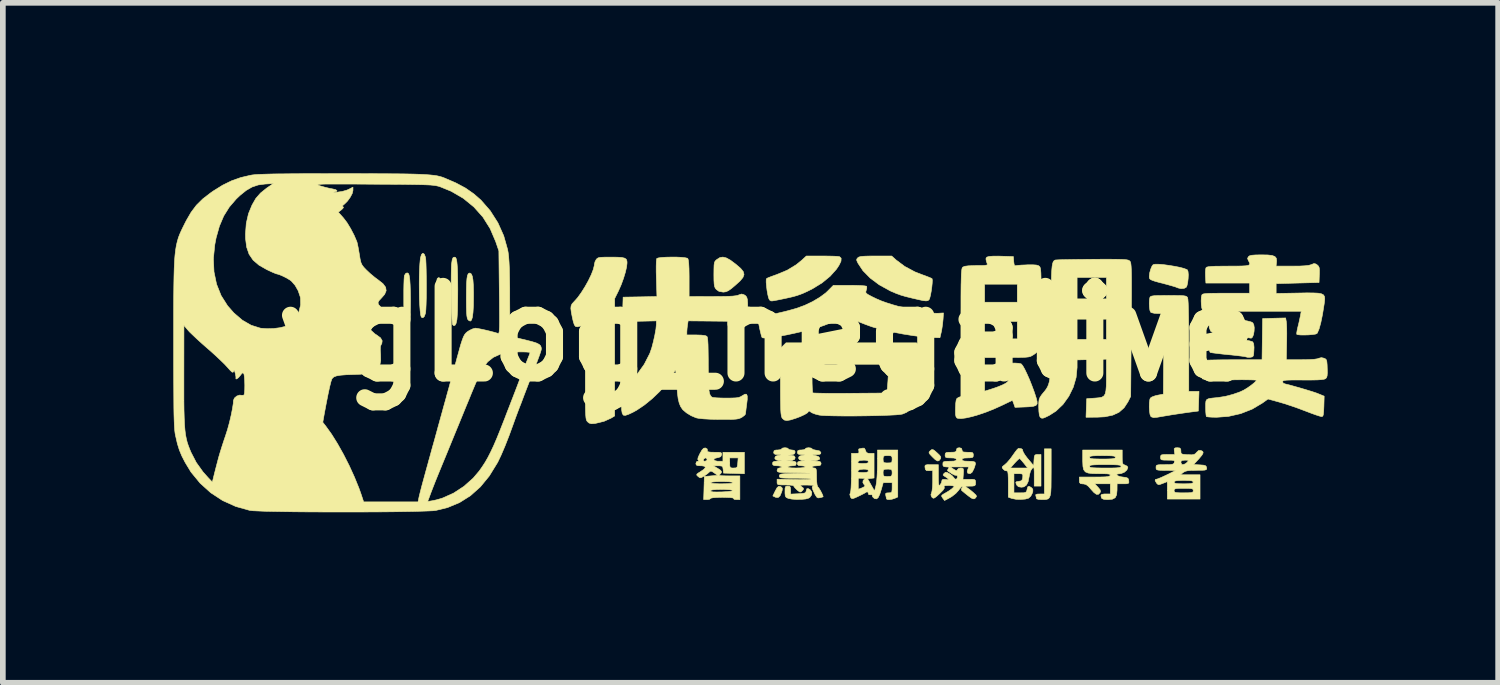
<source format=kicad_pcb>
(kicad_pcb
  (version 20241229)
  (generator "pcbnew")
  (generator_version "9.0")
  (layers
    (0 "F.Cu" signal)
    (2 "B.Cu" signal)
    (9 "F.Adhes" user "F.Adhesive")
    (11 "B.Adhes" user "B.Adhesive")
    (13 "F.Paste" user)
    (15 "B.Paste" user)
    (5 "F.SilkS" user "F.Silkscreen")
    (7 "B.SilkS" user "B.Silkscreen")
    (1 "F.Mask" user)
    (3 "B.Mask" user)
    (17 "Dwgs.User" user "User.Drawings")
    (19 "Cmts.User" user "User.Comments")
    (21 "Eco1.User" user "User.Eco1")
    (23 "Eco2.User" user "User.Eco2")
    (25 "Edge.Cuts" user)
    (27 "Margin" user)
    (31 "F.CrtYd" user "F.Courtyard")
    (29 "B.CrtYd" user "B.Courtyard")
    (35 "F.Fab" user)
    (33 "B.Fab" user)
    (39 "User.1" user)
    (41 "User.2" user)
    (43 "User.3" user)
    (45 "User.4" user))
  (footprint "ygLog_negative"
    (layer "F.Cu")
    (at 10.443 2.823)
    (property "Reference" "ygLog_negative" (at 0 0 0) (layer "F.SilkS") (effects (font (size 1.524 1.524) (thickness 0.3))))
    (attr through_hole)
    (fp_poly (pts (xy 0.236 2.686) (xy 0.255 2.697) (xy 0.271 2.716) (xy 0.269 2.751) (xy 0.259 2.784) (xy 0.231 2.85) (xy 0.198 2.88) (xy 0.156 2.877) (xy 0.146 2.873) (xy 0.104 2.853) (xy 0.146 2.766) (xy 0.178 2.708) (xy 0.206 2.683) (xy 0.236 2.686)) (stroke (width 0.01) (type solid)) (fill yes) (layer "F.SilkS"))
    (fp_poly (pts (xy 2.951 2.056) (xy 2.994 2.094) (xy 3.04 2.138) (xy 3.059 2.167) (xy 3.057 2.192) (xy 3.05 2.204) (xy 3.026 2.233) (xy 3 2.237) (xy 2.963 2.215) (xy 2.912 2.166) (xy 2.87 2.122) (xy 2.852 2.095) (xy 2.856 2.076) (xy 2.875 2.056) (xy 2.899 2.037) (xy 2.921 2.037) (xy 2.951 2.056)) (stroke (width 0.01) (type solid)) (fill yes) (layer "F.SilkS"))
    (fp_poly (pts (xy 5.001 2.439) (xy 5 2.589) (xy 4.999 2.703) (xy 4.994 2.788) (xy 4.984 2.846) (xy 4.968 2.884) (xy 4.945 2.905) (xy 4.912 2.914) (xy 4.868 2.917) (xy 4.84 2.917) (xy 4.784 2.914) (xy 4.749 2.905) (xy 4.743 2.899) (xy 4.736 2.866) (xy 4.731 2.849) (xy 4.73 2.829) (xy 4.754 2.82) (xy 4.8 2.818) (xy 4.882 2.818) (xy 4.882 2.024) (xy 5.001 2.024) (xy 5.001 2.439)) (stroke (width 0.01) (type solid)) (fill yes) (layer "F.SilkS"))
    (fp_poly (pts (xy -5.223 -1.068) (xy -5.201 -1.053) (xy -5.184 -1.014) (xy -5.172 -0.949) (xy -5.165 -0.854) (xy -5.162 -0.724) (xy -5.162 -0.655) (xy -5.164 -0.496) (xy -5.171 -0.376) (xy -5.182 -0.291) (xy -5.198 -0.241) (xy -5.22 -0.223) (xy -5.247 -0.236) (xy -5.261 -0.25) (xy -5.271 -0.273) (xy -5.279 -0.314) (xy -5.284 -0.378) (xy -5.287 -0.472) (xy -5.288 -0.599) (xy -5.288 -0.623) (xy -5.287 -0.773) (xy -5.284 -0.887) (xy -5.278 -0.969) (xy -5.269 -1.024) (xy -5.255 -1.056) (xy -5.237 -1.068) (xy -5.223 -1.068)) (stroke (width 0.01) (type solid)) (fill yes) (layer "F.SilkS"))
    (fp_poly (pts (xy -6.31 -1.064) (xy -6.296 -1.035) (xy -6.286 -0.977) (xy -6.283 -0.95) (xy -6.277 -0.859) (xy -6.273 -0.742) (xy -6.271 -0.609) (xy -6.272 -0.474) (xy -6.275 -0.347) (xy -6.28 -0.242) (xy -6.283 -0.202) (xy -6.297 -0.126) (xy -6.316 -0.08) (xy -6.338 -0.067) (xy -6.361 -0.091) (xy -6.37 -0.111) (xy -6.376 -0.145) (xy -6.381 -0.211) (xy -6.384 -0.302) (xy -6.387 -0.411) (xy -6.389 -0.529) (xy -6.389 -0.65) (xy -6.389 -0.766) (xy -6.387 -0.87) (xy -6.384 -0.954) (xy -6.38 -1.01) (xy -6.377 -1.027) (xy -6.355 -1.062) (xy -6.331 -1.072) (xy -6.31 -1.064)) (stroke (width 0.01) (type solid)) (fill yes) (layer "F.SilkS"))
    (fp_poly (pts (xy -6.028 -1.401) (xy -6.008 -1.349) (xy -6.002 -1.305) (xy -5.998 -1.229) (xy -5.995 -1.128) (xy -5.993 -1.011) (xy -5.992 -0.884) (xy -5.992 -0.755) (xy -5.993 -0.632) (xy -5.996 -0.523) (xy -6 -0.434) (xy -6.005 -0.374) (xy -6.008 -0.359) (xy -6.028 -0.305) (xy -6.053 -0.282) (xy -6.078 -0.292) (xy -6.082 -0.297) (xy -6.093 -0.335) (xy -6.101 -0.405) (xy -6.108 -0.501) (xy -6.114 -0.616) (xy -6.116 -0.743) (xy -6.117 -0.875) (xy -6.116 -1.006) (xy -6.112 -1.128) (xy -6.106 -1.235) (xy -6.098 -1.32) (xy -6.095 -1.339) (xy -6.077 -1.397) (xy -6.053 -1.418) (xy -6.028 -1.401)) (stroke (width 0.01) (type solid)) (fill yes) (layer "F.SilkS"))
    (fp_poly (pts (xy -0.716 -1.336) (xy -0.643 -1.296) (xy -0.552 -1.228) (xy -0.536 -1.215) (xy -0.46 -1.149) (xy -0.416 -1.094) (xy -0.403 -1.043) (xy -0.422 -0.991) (xy -0.474 -0.929) (xy -0.558 -0.853) (xy -0.628 -0.794) (xy -0.68 -0.758) (xy -0.722 -0.74) (xy -0.763 -0.734) (xy -0.771 -0.734) (xy -0.843 -0.747) (xy -0.89 -0.78) (xy -0.909 -0.804) (xy -0.921 -0.833) (xy -0.928 -0.875) (xy -0.932 -0.939) (xy -0.933 -1.033) (xy -0.933 -1.047) (xy -0.932 -1.143) (xy -0.93 -1.208) (xy -0.924 -1.25) (xy -0.913 -1.276) (xy -0.895 -1.296) (xy -0.88 -1.308) (xy -0.828 -1.341) (xy -0.775 -1.35) (xy -0.716 -1.336)) (stroke (width 0.01) (type solid)) (fill yes) (layer "F.SilkS"))
    (fp_poly (pts (xy 0.401 2.684) (xy 0.414 2.707) (xy 0.417 2.749) (xy 0.417 2.82) (xy 0.551 2.814) (xy 0.622 2.809) (xy 0.663 2.802) (xy 0.683 2.788) (xy 0.691 2.765) (xy 0.691 2.763) (xy 0.702 2.726) (xy 0.727 2.723) (xy 0.762 2.745) (xy 0.789 2.785) (xy 0.786 2.834) (xy 0.755 2.878) (xy 0.734 2.891) (xy 0.682 2.906) (xy 0.606 2.913) (xy 0.52 2.914) (xy 0.438 2.908) (xy 0.375 2.895) (xy 0.372 2.894) (xy 0.339 2.878) (xy 0.323 2.853) (xy 0.318 2.806) (xy 0.318 2.776) (xy 0.319 2.718) (xy 0.328 2.689) (xy 0.348 2.68) (xy 0.367 2.679) (xy 0.401 2.684)) (stroke (width 0.01) (type solid)) (fill yes) (layer "F.SilkS"))
    (fp_poly (pts (xy -5.75 -0.975) (xy -5.741 -0.955) (xy -5.734 -0.91) (xy -5.729 -0.837) (xy -5.724 -0.733) (xy -5.721 -0.596) (xy -5.719 -0.45) (xy -5.717 -0.267) (xy -5.716 -0.12) (xy -5.718 -0.005) (xy -5.722 0.082) (xy -5.728 0.144) (xy -5.738 0.184) (xy -5.75 0.208) (xy -5.766 0.217) (xy -5.774 0.218) (xy -5.792 0.213) (xy -5.805 0.194) (xy -5.814 0.152) (xy -5.822 0.08) (xy -5.825 0.048) (xy -5.83 -0.039) (xy -5.833 -0.146) (xy -5.834 -0.268) (xy -5.833 -0.397) (xy -5.831 -0.527) (xy -5.827 -0.652) (xy -5.822 -0.765) (xy -5.816 -0.861) (xy -5.809 -0.931) (xy -5.801 -0.971) (xy -5.798 -0.976) (xy -5.772 -0.99) (xy -5.75 -0.975)) (stroke (width 0.01) (type solid)) (fill yes) (layer "F.SilkS"))
    (fp_poly (pts (xy 7.923 0.06) (xy 8.008 0.062) (xy 8.108 0.07) (xy 8.215 0.081) (xy 8.319 0.094) (xy 8.413 0.108) (xy 8.488 0.123) (xy 8.536 0.137) (xy 8.547 0.142) (xy 8.564 0.175) (xy 8.57 0.238) (xy 8.568 0.286) (xy 8.564 0.353) (xy 8.557 0.389) (xy 8.54 0.406) (xy 8.51 0.412) (xy 8.502 0.413) (xy 8.456 0.413) (xy 8.431 0.407) (xy 8.408 0.401) (xy 8.353 0.393) (xy 8.272 0.383) (xy 8.173 0.372) (xy 8.117 0.367) (xy 8.011 0.356) (xy 7.919 0.345) (xy 7.848 0.336) (xy 7.805 0.329) (xy 7.797 0.326) (xy 7.788 0.302) (xy 7.781 0.25) (xy 7.779 0.187) (xy 7.779 0.06) (xy 7.923 0.06)) (stroke (width 0.01) (type solid)) (fill yes) (layer "F.SilkS"))
    (fp_poly (pts (xy 8.052 -0.271) (xy 8.068 -0.27) (xy 8.219 -0.259) (xy 8.348 -0.244) (xy 8.449 -0.227) (xy 8.519 -0.209) (xy 8.548 -0.194) (xy 8.566 -0.16) (xy 8.574 -0.107) (xy 8.571 -0.046) (xy 8.561 0.013) (xy 8.543 0.058) (xy 8.521 0.077) (xy 8.514 0.076) (xy 8.488 0.072) (xy 8.444 0.066) (xy 8.397 0.06) (xy 8.325 0.049) (xy 8.238 0.035) (xy 8.203 0.029) (xy 8.112 0.016) (xy 8.027 0.006) (xy 7.961 0.000454) (xy 7.944 0) (xy 7.86 -0.011) (xy 7.807 -0.046) (xy 7.782 -0.108) (xy 7.779 -0.148) (xy 7.781 -0.202) (xy 7.793 -0.239) (xy 7.821 -0.262) (xy 7.869 -0.274) (xy 7.944 -0.276) (xy 8.052 -0.271)) (stroke (width 0.01) (type solid)) (fill yes) (layer "F.SilkS"))
    (fp_poly (pts (xy -5.478 -1.343) (xy -5.465 -1.317) (xy -5.455 -1.266) (xy -5.45 -1.215) (xy -5.445 -1.142) (xy -5.442 -1.04) (xy -5.44 -0.919) (xy -5.439 -0.786) (xy -5.44 -0.651) (xy -5.442 -0.521) (xy -5.444 -0.405) (xy -5.449 -0.313) (xy -5.454 -0.251) (xy -5.454 -0.25) (xy -5.469 -0.182) (xy -5.49 -0.147) (xy -5.515 -0.146) (xy -5.53 -0.163) (xy -5.535 -0.19) (xy -5.54 -0.25) (xy -5.544 -0.337) (xy -5.548 -0.444) (xy -5.551 -0.566) (xy -5.553 -0.694) (xy -5.554 -0.824) (xy -5.555 -0.948) (xy -5.554 -1.06) (xy -5.552 -1.153) (xy -5.549 -1.222) (xy -5.546 -1.245) (xy -5.536 -1.309) (xy -5.521 -1.341) (xy -5.498 -1.349) (xy -5.498 -1.349) (xy -5.478 -1.343)) (stroke (width 0.01) (type solid)) (fill yes) (layer "F.SilkS"))
    (fp_poly (pts (xy 6.893 -1.224) (xy 6.978 -1.217) (xy 7.073 -1.204) (xy 7.171 -1.188) (xy 7.263 -1.17) (xy 7.338 -1.15) (xy 7.389 -1.13) (xy 7.398 -1.124) (xy 7.409 -1.095) (xy 7.414 -1.04) (xy 7.411 -0.972) (xy 7.403 -0.903) (xy 7.39 -0.846) (xy 7.377 -0.819) (xy 7.341 -0.8) (xy 7.286 -0.795) (xy 7.233 -0.807) (xy 7.223 -0.811) (xy 7.191 -0.824) (xy 7.131 -0.842) (xy 7.055 -0.864) (xy 7.025 -0.872) (xy 6.912 -0.901) (xy 6.832 -0.923) (xy 6.779 -0.941) (xy 6.748 -0.956) (xy 6.733 -0.972) (xy 6.728 -0.992) (xy 6.727 -1.011) (xy 6.734 -1.071) (xy 6.752 -1.137) (xy 6.775 -1.191) (xy 6.795 -1.216) (xy 6.829 -1.224) (xy 6.893 -1.224)) (stroke (width 0.01) (type solid)) (fill yes) (layer "F.SilkS"))
    (fp_poly (pts (xy 2.273 -1.299) (xy 2.425 -1.185) (xy 2.605 -1.089) (xy 2.729 -1.041) (xy 2.803 -1.014) (xy 2.864 -0.99) (xy 2.9 -0.974) (xy 2.905 -0.971) (xy 2.91 -0.945) (xy 2.908 -0.892) (xy 2.901 -0.822) (xy 2.89 -0.746) (xy 2.877 -0.676) (xy 2.863 -0.623) (xy 2.852 -0.6) (xy 2.832 -0.584) (xy 2.799 -0.579) (xy 2.745 -0.585) (xy 2.689 -0.597) (xy 2.55 -0.629) (xy 2.441 -0.656) (xy 2.352 -0.682) (xy 2.273 -0.711) (xy 2.197 -0.743) (xy 2.163 -0.759) (xy 1.975 -0.863) (xy 1.817 -0.981) (xy 1.69 -1.11) (xy 1.603 -1.241) (xy 1.581 -1.287) (xy 1.58 -1.314) (xy 1.599 -1.338) (xy 1.619 -1.351) (xy 1.653 -1.36) (xy 1.707 -1.365) (xy 1.787 -1.368) (xy 1.901 -1.369) (xy 1.913 -1.369) (xy 2.195 -1.369) (xy 2.273 -1.299)) (stroke (width 0.01) (type solid)) (fill yes) (layer "F.SilkS"))
    (fp_poly (pts (xy 1.073 -1.368) (xy 1.164 -1.366) (xy 1.233 -1.363) (xy 1.273 -1.358) (xy 1.278 -1.357) (xy 1.306 -1.329) (xy 1.303 -1.277) (xy 1.268 -1.205) (xy 1.223 -1.137) (xy 1.113 -1.014) (xy 0.972 -0.898) (xy 0.807 -0.796) (xy 0.741 -0.762) (xy 0.661 -0.724) (xy 0.593 -0.696) (xy 0.527 -0.673) (xy 0.452 -0.652) (xy 0.356 -0.63) (xy 0.281 -0.614) (xy 0.188 -0.595) (xy 0.126 -0.583) (xy 0.089 -0.578) (xy 0.067 -0.58) (xy 0.054 -0.589) (xy 0.042 -0.602) (xy 0.028 -0.635) (xy 0.015 -0.692) (xy 0.002 -0.764) (xy -0.007 -0.84) (xy -0.013 -0.907) (xy -0.012 -0.955) (xy -0.007 -0.971) (xy 0.018 -0.985) (xy 0.072 -1.006) (xy 0.143 -1.032) (xy 0.169 -1.041) (xy 0.357 -1.119) (xy 0.515 -1.215) (xy 0.61 -1.292) (xy 0.694 -1.369) (xy 0.97 -1.369) (xy 1.073 -1.368)) (stroke (width 0.01) (type solid)) (fill yes) (layer "F.SilkS"))
    (fp_poly (pts (xy 7.185 -0.674) (xy 7.27 -0.673) (xy 7.328 -0.67) (xy 7.364 -0.664) (xy 7.386 -0.655) (xy 7.398 -0.642) (xy 7.401 -0.636) (xy 7.407 -0.605) (xy 7.412 -0.536) (xy 7.415 -0.43) (xy 7.418 -0.288) (xy 7.42 -0.112) (xy 7.421 0.097) (xy 7.422 0.207) (xy 7.422 1.012) (xy 7.602 1.012) (xy 7.596 1.185) (xy 7.59 1.359) (xy 7.412 1.382) (xy 7.309 1.397) (xy 7.201 1.413) (xy 7.108 1.427) (xy 7.094 1.43) (xy 7.009 1.444) (xy 6.925 1.458) (xy 6.869 1.468) (xy 6.805 1.474) (xy 6.765 1.462) (xy 6.755 1.454) (xy 6.74 1.419) (xy 6.731 1.359) (xy 6.727 1.285) (xy 6.729 1.213) (xy 6.737 1.155) (xy 6.746 1.131) (xy 6.775 1.111) (xy 6.829 1.091) (xy 6.87 1.081) (xy 6.975 1.061) (xy 6.98 0.352) (xy 6.986 -0.357) (xy 6.88 -0.357) (xy 6.816 -0.361) (xy 6.767 -0.372) (xy 6.751 -0.381) (xy 6.738 -0.413) (xy 6.73 -0.471) (xy 6.727 -0.538) (xy 6.73 -0.602) (xy 6.739 -0.643) (xy 6.749 -0.655) (xy 6.771 -0.664) (xy 6.811 -0.67) (xy 6.875 -0.673) (xy 6.969 -0.674) (xy 7.066 -0.675) (xy 7.185 -0.674)) (stroke (width 0.01) (type solid)) (fill yes) (layer "F.SilkS"))
    (fp_poly (pts (xy -2.63 -1.348) (xy -2.553 -1.343) (xy -2.503 -1.331) (xy -2.475 -1.312) (xy -2.463 -1.281) (xy -2.461 -1.246) (xy -2.469 -1.176) (xy -2.491 -1.081) (xy -2.524 -0.973) (xy -2.564 -0.864) (xy -2.608 -0.764) (xy -2.609 -0.761) (xy -2.679 -0.62) (xy -2.679 1.445) (xy -2.743 1.484) (xy -2.865 1.539) (xy -3.017 1.576) (xy -3.03 1.578) (xy -3.089 1.582) (xy -3.129 1.57) (xy -3.154 1.549) (xy -3.164 1.538) (xy -3.172 1.525) (xy -3.179 1.505) (xy -3.184 1.475) (xy -3.188 1.431) (xy -3.191 1.37) (xy -3.193 1.288) (xy -3.194 1.181) (xy -3.195 1.046) (xy -3.195 0.878) (xy -3.195 0.675) (xy -3.195 0.497) (xy -3.196 0.333) (xy -3.197 0.185) (xy -3.199 0.058) (xy -3.201 -0.043) (xy -3.204 -0.115) (xy -3.207 -0.153) (xy -3.208 -0.159) (xy -3.234 -0.153) (xy -3.281 -0.137) (xy -3.288 -0.135) (xy -3.333 -0.123) (xy -3.365 -0.128) (xy -3.388 -0.157) (xy -3.407 -0.215) (xy -3.424 -0.29) (xy -3.442 -0.383) (xy -3.45 -0.448) (xy -3.445 -0.493) (xy -3.428 -0.528) (xy -3.396 -0.563) (xy -3.392 -0.567) (xy -3.331 -0.635) (xy -3.266 -0.725) (xy -3.201 -0.828) (xy -3.141 -0.935) (xy -3.091 -1.039) (xy -3.055 -1.131) (xy -3.037 -1.203) (xy -3.036 -1.218) (xy -3.025 -1.267) (xy -3.005 -1.305) (xy -2.989 -1.324) (xy -2.968 -1.337) (xy -2.935 -1.344) (xy -2.88 -1.348) (xy -2.798 -1.349) (xy -2.741 -1.349) (xy -2.63 -1.348)) (stroke (width 0.01) (type solid)) (fill yes) (layer "F.SilkS"))
    (fp_poly (pts (xy 1.559 -0.852) (xy 1.647 -0.849) (xy 1.714 -0.844) (xy 1.75 -0.838) (xy 1.755 -0.835) (xy 1.757 -0.805) (xy 1.747 -0.766) (xy 1.739 -0.737) (xy 1.745 -0.716) (xy 1.773 -0.694) (xy 1.828 -0.664) (xy 1.845 -0.655) (xy 1.93 -0.614) (xy 2.012 -0.579) (xy 2.101 -0.547) (xy 2.208 -0.513) (xy 2.332 -0.478) (xy 2.487 -0.438) (xy 2.639 -0.404) (xy 2.78 -0.38) (xy 2.901 -0.364) (xy 2.995 -0.361) (xy 3.006 -0.361) (xy 3.106 -0.367) (xy 3.099 -0.256) (xy 3.09 -0.167) (xy 3.076 -0.073) (xy 3.069 -0.038) (xy 3.044 0.069) (xy 2.886 0.064) (xy 2.743 0.054) (xy 2.573 0.032) (xy 2.39 0.003) (xy 2.204 -0.033) (xy 2.028 -0.074) (xy 1.873 -0.116) (xy 1.838 -0.127) (xy 1.744 -0.161) (xy 1.637 -0.203) (xy 1.539 -0.246) (xy 1.535 -0.247) (xy 1.38 -0.319) (xy 1.29 -0.27) (xy 1.133 -0.196) (xy 0.954 -0.13) (xy 0.745 -0.071) (xy 0.706 -0.061) (xy 0.51 -0.016) (xy 0.338 0.021) (xy 0.191 0.048) (xy 0.072 0.066) (xy -0.016 0.074) (xy -0.07 0.072) (xy -0.087 0.063) (xy -0.097 0.035) (xy -0.111 -0.021) (xy -0.128 -0.094) (xy -0.131 -0.111) (xy -0.147 -0.188) (xy -0.153 -0.237) (xy -0.151 -0.265) (xy -0.139 -0.282) (xy -0.127 -0.291) (xy -0.079 -0.312) (xy -0.044 -0.318) (xy -0.003 -0.322) (xy 0.066 -0.336) (xy 0.156 -0.355) (xy 0.256 -0.378) (xy 0.358 -0.403) (xy 0.453 -0.429) (xy 0.526 -0.45) (xy 0.665 -0.501) (xy 0.804 -0.567) (xy 0.93 -0.642) (xy 1.033 -0.718) (xy 1.066 -0.749) (xy 1.169 -0.853) (xy 1.456 -0.853) (xy 1.559 -0.852)) (stroke (width 0.01) (type solid)) (fill yes) (layer "F.SilkS"))
    (fp_poly (pts (xy 2.68 0.209) (xy 2.71 0.248) (xy 2.713 0.277) (xy 2.703 0.298) (xy 2.694 0.329) (xy 2.687 0.39) (xy 2.682 0.484) (xy 2.68 0.613) (xy 2.679 0.751) (xy 2.679 0.89) (xy 2.678 0.995) (xy 2.676 1.072) (xy 2.672 1.127) (xy 2.665 1.165) (xy 2.656 1.194) (xy 2.643 1.218) (xy 2.634 1.232) (xy 2.556 1.317) (xy 2.452 1.384) (xy 2.384 1.412) (xy 2.342 1.419) (xy 2.267 1.426) (xy 2.165 1.431) (xy 2.04 1.436) (xy 1.9 1.44) (xy 1.749 1.443) (xy 1.595 1.445) (xy 1.443 1.446) (xy 1.298 1.445) (xy 1.168 1.443) (xy 1.057 1.44) (xy 0.973 1.436) (xy 0.921 1.43) (xy 0.852 1.413) (xy 0.795 1.391) (xy 0.771 1.376) (xy 0.744 1.358) (xy 0.734 1.362) (xy 0.716 1.388) (xy 0.664 1.42) (xy 0.584 1.457) (xy 0.507 1.486) (xy 0.415 1.515) (xy 0.35 1.526) (xy 0.306 1.517) (xy 0.274 1.49) (xy 0.269 1.484) (xy 0.26 1.466) (xy 0.253 1.438) (xy 0.247 1.396) (xy 0.243 1.336) (xy 0.241 1.252) (xy 0.239 1.141) (xy 0.238 0.999) (xy 0.238 0.848) (xy 0.238 0.536) (xy 0.794 0.536) (xy 0.794 0.781) (xy 0.795 0.875) (xy 0.798 0.955) (xy 0.802 1.012) (xy 0.807 1.038) (xy 0.807 1.039) (xy 0.83 1.042) (xy 0.887 1.044) (xy 0.974 1.046) (xy 1.087 1.048) (xy 1.22 1.048) (xy 1.369 1.048) (xy 1.467 1.047) (xy 2.113 1.042) (xy 2.129 0.833) (xy 2.134 0.742) (xy 2.137 0.662) (xy 2.136 0.603) (xy 2.133 0.58) (xy 2.123 0.536) (xy 0.794 0.536) (xy 0.238 0.536) (xy 0.238 0.256) (xy 0.336 0.159) (xy 2.632 0.159) (xy 2.68 0.209)) (stroke (width 0.01) (type solid)) (fill yes) (layer "F.SilkS"))
    (fp_poly (pts (xy 4.462 2.02) (xy 4.476 2.021) (xy 4.499 2.039) (xy 4.5 2.054) (xy 4.51 2.083) (xy 4.54 2.132) (xy 4.584 2.191) (xy 4.594 2.202) (xy 4.693 2.32) (xy 4.699 2.221) (xy 4.704 2.163) (xy 4.715 2.134) (xy 4.737 2.124) (xy 4.764 2.123) (xy 4.822 2.123) (xy 4.822 2.679) (xy 4.703 2.679) (xy 4.703 2.507) (xy 4.703 2.425) (xy 4.7 2.377) (xy 4.694 2.355) (xy 4.683 2.355) (xy 4.666 2.369) (xy 4.638 2.413) (xy 4.619 2.483) (xy 4.615 2.506) (xy 4.596 2.601) (xy 4.565 2.662) (xy 4.521 2.693) (xy 4.477 2.699) (xy 4.425 2.69) (xy 4.394 2.66) (xy 4.39 2.65) (xy 4.378 2.617) (xy 4.39 2.602) (xy 4.431 2.596) (xy 4.476 2.586) (xy 4.495 2.56) (xy 4.501 2.525) (xy 4.502 2.484) (xy 4.49 2.466) (xy 4.452 2.461) (xy 4.426 2.461) (xy 4.346 2.461) (xy 4.346 2.798) (xy 4.455 2.798) (xy 4.518 2.797) (xy 4.552 2.789) (xy 4.569 2.771) (xy 4.577 2.738) (xy 4.59 2.692) (xy 4.611 2.682) (xy 4.649 2.703) (xy 4.653 2.706) (xy 4.677 2.732) (xy 4.679 2.767) (xy 4.671 2.8) (xy 4.642 2.857) (xy 4.603 2.892) (xy 4.545 2.908) (xy 4.465 2.914) (xy 4.38 2.911) (xy 4.308 2.896) (xy 4.301 2.894) (xy 4.247 2.874) (xy 4.247 2.638) (xy 4.246 2.535) (xy 4.243 2.467) (xy 4.237 2.427) (xy 4.228 2.412) (xy 4.221 2.412) (xy 4.189 2.407) (xy 4.16 2.384) (xy 4.143 2.361) (xy 4.283 2.361) (xy 4.587 2.361) (xy 4.525 2.282) (xy 4.486 2.235) (xy 4.457 2.203) (xy 4.449 2.195) (xy 4.429 2.204) (xy 4.394 2.237) (xy 4.359 2.274) (xy 4.283 2.361) (xy 4.143 2.361) (xy 4.139 2.357) (xy 4.143 2.337) (xy 4.175 2.31) (xy 4.184 2.304) (xy 4.225 2.266) (xy 4.276 2.207) (xy 4.326 2.139) (xy 4.326 2.138) (xy 4.368 2.079) (xy 4.403 2.035) (xy 4.425 2.016) (xy 4.427 2.016) (xy 4.462 2.02)) (stroke (width 0.01) (type solid)) (fill yes) (layer "F.SilkS"))
    (fp_poly (pts (xy 8.813 -1.387) (xy 8.89 -1.378) (xy 8.938 -1.359) (xy 8.962 -1.329) (xy 8.967 -1.284) (xy 8.965 -1.257) (xy 8.958 -1.191) (xy 9.242 -1.191) (xy 9.373 -1.192) (xy 9.468 -1.197) (xy 9.535 -1.205) (xy 9.577 -1.217) (xy 9.581 -1.219) (xy 9.624 -1.236) (xy 9.657 -1.229) (xy 9.681 -1.213) (xy 9.704 -1.191) (xy 9.717 -1.162) (xy 9.721 -1.117) (xy 9.72 -1.043) (xy 9.719 -1.041) (xy 9.714 -0.903) (xy 9.336 -0.893) (xy 8.959 -0.883) (xy 8.959 -0.71) (xy 9.346 -0.717) (xy 9.497 -0.72) (xy 9.613 -0.719) (xy 9.698 -0.715) (xy 9.756 -0.704) (xy 9.792 -0.685) (xy 9.81 -0.656) (xy 9.814 -0.616) (xy 9.809 -0.562) (xy 9.804 -0.524) (xy 9.775 -0.342) (xy 9.745 -0.196) (xy 9.715 -0.087) (xy 9.685 -0.017) (xy 9.677 -0.005) (xy 9.651 0.005) (xy 9.597 0.013) (xy 9.527 0.019) (xy 9.453 0.021) (xy 9.386 0.02) (xy 9.338 0.015) (xy 9.322 0.009) (xy 9.321 -0.015) (xy 9.329 -0.064) (xy 9.339 -0.11) (xy 9.359 -0.191) (xy 9.377 -0.274) (xy 9.384 -0.307) (xy 9.401 -0.397) (xy 8.544 -0.397) (xy 8.322 -0.397) (xy 8.137 -0.398) (xy 7.986 -0.4) (xy 7.868 -0.402) (xy 7.779 -0.405) (xy 7.717 -0.41) (xy 7.679 -0.415) (xy 7.664 -0.421) (xy 7.651 -0.453) (xy 7.643 -0.51) (xy 7.64 -0.578) (xy 7.643 -0.642) (xy 7.652 -0.683) (xy 7.66 -0.694) (xy 7.68 -0.702) (xy 7.715 -0.707) (xy 7.772 -0.711) (xy 7.854 -0.713) (xy 7.967 -0.714) (xy 8.079 -0.714) (xy 8.493 -0.714) (xy 8.493 -0.893) (xy 7.723 -0.893) (xy 7.716 -1.014) (xy 7.715 -1.083) (xy 7.719 -1.138) (xy 7.725 -1.162) (xy 7.738 -1.173) (xy 7.766 -1.18) (xy 7.815 -1.185) (xy 7.889 -1.189) (xy 7.994 -1.19) (xy 8.117 -1.191) (xy 8.255 -1.191) (xy 8.357 -1.193) (xy 8.427 -1.197) (xy 8.471 -1.205) (xy 8.493 -1.219) (xy 8.495 -1.238) (xy 8.484 -1.265) (xy 8.47 -1.289) (xy 8.456 -1.327) (xy 8.472 -1.358) (xy 8.493 -1.373) (xy 8.53 -1.382) (xy 8.591 -1.387) (xy 8.684 -1.389) (xy 8.702 -1.389) (xy 8.813 -1.387)) (stroke (width 0.01) (type solid)) (fill yes) (layer "F.SilkS"))
    (fp_poly (pts (xy 6.15 -1.311) (xy 6.231 -1.309) (xy 6.29 -1.306) (xy 6.331 -1.302) (xy 6.358 -1.296) (xy 6.375 -1.288) (xy 6.386 -1.278) (xy 6.387 -1.277) (xy 6.394 -1.267) (xy 6.4 -1.25) (xy 6.404 -1.224) (xy 6.408 -1.185) (xy 6.411 -1.132) (xy 6.413 -1.06) (xy 6.414 -0.966) (xy 6.414 -0.848) (xy 6.414 -0.702) (xy 6.413 -0.526) (xy 6.412 -0.316) (xy 6.41 -0.07) (xy 6.41 -0.069) (xy 6.4 1.101) (xy 6.352 1.197) (xy 6.284 1.301) (xy 6.196 1.379) (xy 6.084 1.431) (xy 5.945 1.46) (xy 5.808 1.467) (xy 5.614 1.468) (xy 5.62 1.305) (xy 5.626 1.141) (xy 5.774 1.131) (xy 5.842 1.125) (xy 5.893 1.115) (xy 5.928 1.094) (xy 5.951 1.058) (xy 5.964 1.001) (xy 5.971 0.918) (xy 5.973 0.804) (xy 5.973 0.734) (xy 5.973 0.446) (xy 5.715 0.453) (xy 5.457 0.459) (xy 5.457 0.593) (xy 5.44 0.768) (xy 5.39 0.939) (xy 5.311 1.1) (xy 5.209 1.242) (xy 5.085 1.36) (xy 4.966 1.436) (xy 4.9 1.468) (xy 4.859 1.484) (xy 4.833 1.484) (xy 4.813 1.471) (xy 4.806 1.464) (xy 4.793 1.431) (xy 4.785 1.366) (xy 4.782 1.288) (xy 4.783 1.209) (xy 4.789 1.157) (xy 4.805 1.116) (xy 4.833 1.074) (xy 4.859 1.042) (xy 4.89 1.005) (xy 4.916 0.97) (xy 4.937 0.934) (xy 4.954 0.893) (xy 4.968 0.845) (xy 4.979 0.784) (xy 4.987 0.708) (xy 4.993 0.613) (xy 4.997 0.496) (xy 4.999 0.353) (xy 5 0.18) (xy 5.001 -0.026) (xy 5.001 -0.22) (xy 5.001 -0.258) (xy 5.457 -0.258) (xy 5.457 0.099) (xy 5.973 0.099) (xy 5.973 -0.258) (xy 5.457 -0.258) (xy 5.001 -0.258) (xy 5.001 -0.451) (xy 5.001 -0.647) (xy 5.003 -0.809) (xy 5.005 -0.941) (xy 5.006 -0.992) (xy 5.457 -0.992) (xy 5.457 -0.615) (xy 5.973 -0.615) (xy 5.973 -0.992) (xy 5.457 -0.992) (xy 5.006 -0.992) (xy 5.008 -1.046) (xy 5.012 -1.127) (xy 5.018 -1.189) (xy 5.026 -1.232) (xy 5.035 -1.262) (xy 5.047 -1.281) (xy 5.061 -1.293) (xy 5.072 -1.298) (xy 5.098 -1.3) (xy 5.158 -1.303) (xy 5.248 -1.305) (xy 5.363 -1.307) (xy 5.497 -1.309) (xy 5.647 -1.31) (xy 5.726 -1.311) (xy 5.901 -1.312) (xy 6.041 -1.312) (xy 6.15 -1.311)) (stroke (width 0.01) (type solid)) (fill yes) (layer "F.SilkS"))
    (fp_poly (pts (xy 9.138 -0.214) (xy 9.142 -0.171) (xy 9.145 -0.098) (xy 9.146 -0.003) (xy 9.145 0.106) (xy 9.144 0.154) (xy 9.138 0.456) (xy 9.401 0.456) (xy 9.532 0.454) (xy 9.628 0.448) (xy 9.688 0.439) (xy 9.703 0.432) (xy 9.754 0.419) (xy 9.797 0.428) (xy 9.825 0.44) (xy 9.842 0.457) (xy 9.851 0.489) (xy 9.856 0.545) (xy 9.858 0.605) (xy 9.86 0.687) (xy 9.856 0.739) (xy 9.846 0.77) (xy 9.829 0.789) (xy 9.803 0.799) (xy 9.756 0.806) (xy 9.683 0.811) (xy 9.578 0.813) (xy 9.439 0.813) (xy 9.436 0.813) (xy 9.307 0.812) (xy 9.212 0.813) (xy 9.147 0.815) (xy 9.105 0.82) (xy 9.083 0.827) (xy 9.073 0.838) (xy 9.072 0.841) (xy 9.084 0.869) (xy 9.122 0.883) (xy 9.193 0.9) (xy 9.286 0.926) (xy 9.392 0.956) (xy 9.499 0.988) (xy 9.597 1.018) (xy 9.674 1.044) (xy 9.709 1.058) (xy 9.804 1.097) (xy 9.799 1.278) (xy 9.795 1.363) (xy 9.79 1.416) (xy 9.782 1.444) (xy 9.769 1.455) (xy 9.753 1.455) (xy 9.721 1.447) (xy 9.659 1.427) (xy 9.578 1.398) (xy 9.484 1.362) (xy 9.465 1.355) (xy 9.349 1.311) (xy 9.223 1.267) (xy 9.103 1.228) (xy 9.016 1.202) (xy 8.816 1.147) (xy 8.717 1.218) (xy 8.537 1.325) (xy 8.335 1.404) (xy 8.12 1.453) (xy 7.916 1.468) (xy 7.837 1.467) (xy 7.774 1.463) (xy 7.738 1.458) (xy 7.732 1.455) (xy 7.726 1.43) (xy 7.721 1.377) (xy 7.719 1.305) (xy 7.719 1.297) (xy 7.719 1.228) (xy 7.724 1.183) (xy 7.74 1.156) (xy 7.775 1.14) (xy 7.835 1.131) (xy 7.927 1.122) (xy 7.93 1.122) (xy 8.064 1.101) (xy 8.201 1.065) (xy 8.326 1.021) (xy 8.389 0.991) (xy 8.449 0.955) (xy 8.511 0.912) (xy 8.564 0.87) (xy 8.601 0.835) (xy 8.612 0.817) (xy 8.593 0.813) (xy 8.541 0.811) (xy 8.46 0.809) (xy 8.357 0.808) (xy 8.238 0.809) (xy 8.2 0.81) (xy 8.072 0.811) (xy 7.954 0.811) (xy 7.853 0.81) (xy 7.775 0.808) (xy 7.729 0.805) (xy 7.724 0.804) (xy 7.66 0.792) (xy 7.66 0.636) (xy 7.661 0.554) (xy 7.667 0.503) (xy 7.679 0.477) (xy 7.691 0.468) (xy 7.719 0.465) (xy 7.781 0.462) (xy 7.871 0.46) (xy 7.983 0.458) (xy 8.112 0.457) (xy 8.216 0.456) (xy 8.711 0.456) (xy 8.716 0.094) (xy 8.721 -0.268) (xy 8.924 -0.274) (xy 9.126 -0.279) (xy 9.138 -0.214)) (stroke (width 0.01) (type solid)) (fill yes) (layer "F.SilkS"))
    (fp_poly (pts (xy 6.251 2.171) (xy 6.252 2.24) (xy 6.258 2.279) (xy 6.272 2.299) (xy 6.298 2.309) (xy 6.3 2.31) (xy 6.338 2.329) (xy 6.35 2.352) (xy 6.333 2.396) (xy 6.289 2.435) (xy 6.234 2.458) (xy 6.211 2.461) (xy 6.166 2.466) (xy 6.154 2.48) (xy 6.172 2.497) (xy 6.215 2.513) (xy 6.261 2.52) (xy 6.32 2.528) (xy 6.351 2.541) (xy 6.363 2.566) (xy 6.366 2.585) (xy 6.368 2.616) (xy 6.357 2.632) (xy 6.324 2.638) (xy 6.267 2.639) (xy 6.161 2.639) (xy 6.16 2.751) (xy 6.152 2.833) (xy 6.127 2.884) (xy 6.077 2.91) (xy 5.997 2.917) (xy 5.991 2.917) (xy 5.926 2.912) (xy 5.892 2.896) (xy 5.886 2.886) (xy 5.876 2.846) (xy 5.889 2.825) (xy 5.933 2.818) (xy 5.958 2.818) (xy 6.042 2.818) (xy 6.042 2.639) (xy 5.767 2.639) (xy 5.825 2.699) (xy 5.861 2.743) (xy 5.869 2.773) (xy 5.861 2.794) (xy 5.832 2.824) (xy 5.797 2.824) (xy 5.753 2.792) (xy 5.705 2.739) (xy 5.655 2.682) (xy 5.614 2.652) (xy 5.573 2.641) (xy 5.561 2.641) (xy 5.517 2.636) (xy 5.499 2.615) (xy 5.497 2.58) (xy 5.497 2.52) (xy 5.762 2.52) (xy 5.873 2.519) (xy 5.95 2.517) (xy 6 2.512) (xy 6.028 2.503) (xy 6.039 2.491) (xy 6.04 2.49) (xy 6.04 2.477) (xy 6.023 2.468) (xy 5.983 2.463) (xy 5.914 2.461) (xy 5.843 2.461) (xy 5.731 2.459) (xy 5.653 2.45) (xy 5.602 2.429) (xy 5.573 2.391) (xy 5.56 2.332) (xy 5.675 2.332) (xy 5.681 2.344) (xy 5.701 2.352) (xy 5.742 2.357) (xy 5.81 2.36) (xy 5.909 2.361) (xy 5.953 2.361) (xy 6.065 2.361) (xy 6.143 2.359) (xy 6.193 2.354) (xy 6.22 2.347) (xy 6.23 2.336) (xy 6.231 2.332) (xy 6.225 2.32) (xy 6.205 2.311) (xy 6.164 2.306) (xy 6.096 2.303) (xy 5.997 2.302) (xy 5.953 2.302) (xy 5.841 2.302) (xy 5.763 2.305) (xy 5.713 2.309) (xy 5.686 2.316) (xy 5.676 2.327) (xy 5.675 2.332) (xy 5.56 2.332) (xy 5.56 2.331) (xy 5.556 2.243) (xy 5.556 2.213) (xy 5.556 2.173) (xy 5.675 2.173) (xy 5.681 2.186) (xy 5.704 2.195) (xy 5.749 2.2) (xy 5.822 2.202) (xy 5.904 2.203) (xy 6.004 2.202) (xy 6.07 2.199) (xy 6.11 2.193) (xy 6.128 2.183) (xy 6.132 2.173) (xy 6.126 2.16) (xy 6.103 2.151) (xy 6.058 2.146) (xy 5.985 2.144) (xy 5.904 2.143) (xy 5.803 2.144) (xy 5.737 2.147) (xy 5.697 2.153) (xy 5.679 2.162) (xy 5.675 2.173) (xy 5.556 2.173) (xy 5.556 2.044) (xy 6.251 2.044) (xy 6.251 2.171)) (stroke (width 0.01) (type solid)) (fill yes) (layer "F.SilkS"))
    (fp_poly (pts (xy 4.137 -1.365) (xy 4.336 -1.359) (xy 4.342 -1.274) (xy 4.349 -1.221) (xy 4.362 -1.198) (xy 4.382 -1.199) (xy 4.416 -1.204) (xy 4.479 -1.209) (xy 4.558 -1.212) (xy 4.589 -1.214) (xy 4.68 -1.214) (xy 4.739 -1.21) (xy 4.776 -1.2) (xy 4.795 -1.186) (xy 4.804 -1.174) (xy 4.811 -1.154) (xy 4.816 -1.121) (xy 4.82 -1.072) (xy 4.822 -1.003) (xy 4.824 -0.91) (xy 4.824 -0.789) (xy 4.824 -0.635) (xy 4.823 -0.473) (xy 4.822 -0.28) (xy 4.821 -0.123) (xy 4.818 0.002) (xy 4.813 0.101) (xy 4.806 0.177) (xy 4.796 0.233) (xy 4.782 0.275) (xy 4.763 0.307) (xy 4.739 0.332) (xy 4.71 0.355) (xy 4.684 0.372) (xy 4.659 0.387) (xy 4.634 0.399) (xy 4.6 0.407) (xy 4.553 0.412) (xy 4.487 0.415) (xy 4.395 0.416) (xy 4.271 0.417) (xy 4.224 0.417) (xy 3.83 0.417) (xy 3.83 1.009) (xy 3.889 0.991) (xy 3.977 0.963) (xy 4.042 0.941) (xy 4.1 0.918) (xy 4.152 0.896) (xy 4.207 0.867) (xy 4.24 0.838) (xy 4.247 0.825) (xy 4.239 0.792) (xy 4.219 0.736) (xy 4.196 0.681) (xy 4.171 0.618) (xy 4.157 0.566) (xy 4.156 0.542) (xy 4.179 0.53) (xy 4.23 0.521) (xy 4.296 0.516) (xy 4.366 0.515) (xy 4.428 0.519) (xy 4.47 0.528) (xy 4.476 0.531) (xy 4.501 0.562) (xy 4.536 0.623) (xy 4.576 0.707) (xy 4.62 0.806) (xy 4.663 0.915) (xy 4.704 1.025) (xy 4.737 1.127) (xy 4.753 1.19) (xy 4.754 1.233) (xy 4.733 1.26) (xy 4.686 1.276) (xy 4.608 1.284) (xy 4.543 1.287) (xy 4.365 1.294) (xy 4.344 1.232) (xy 4.328 1.19) (xy 4.319 1.171) (xy 4.319 1.171) (xy 4.301 1.179) (xy 4.255 1.201) (xy 4.188 1.233) (xy 4.13 1.261) (xy 3.997 1.321) (xy 3.862 1.375) (xy 3.731 1.42) (xy 3.609 1.456) (xy 3.502 1.48) (xy 3.417 1.491) (xy 3.359 1.487) (xy 3.342 1.48) (xy 3.327 1.459) (xy 3.318 1.42) (xy 3.317 1.355) (xy 3.318 1.299) (xy 3.322 1.219) (xy 3.329 1.17) (xy 3.34 1.141) (xy 3.36 1.126) (xy 3.368 1.121) (xy 3.413 1.102) (xy 3.413 -0.022) (xy 3.413 -0.218) (xy 3.83 -0.218) (xy 3.83 0.089) (xy 4.405 0.089) (xy 4.405 -0.218) (xy 3.83 -0.218) (xy 3.413 -0.218) (xy 3.413 -0.263) (xy 3.414 -0.468) (xy 3.414 -0.638) (xy 3.415 -0.779) (xy 3.416 -0.873) (xy 3.83 -0.873) (xy 3.83 -0.556) (xy 4.405 -0.556) (xy 4.405 -0.873) (xy 3.83 -0.873) (xy 3.416 -0.873) (xy 3.417 -0.892) (xy 3.419 -0.981) (xy 3.421 -1.048) (xy 3.425 -1.097) (xy 3.429 -1.132) (xy 3.434 -1.154) (xy 3.44 -1.167) (xy 3.446 -1.173) (xy 3.48 -1.188) (xy 3.542 -1.196) (xy 3.639 -1.2) (xy 3.684 -1.201) (xy 3.777 -1.201) (xy 3.836 -1.204) (xy 3.868 -1.21) (xy 3.879 -1.22) (xy 3.877 -1.23) (xy 3.862 -1.274) (xy 3.855 -1.304) (xy 3.855 -1.331) (xy 3.871 -1.35) (xy 3.909 -1.361) (xy 3.973 -1.366) (xy 4.069 -1.367) (xy 4.137 -1.365)) (stroke (width 0.01) (type solid)) (fill yes) (layer "F.SilkS"))
    (fp_poly (pts (xy 7.264 2.009) (xy 7.281 2.03) (xy 7.283 2.062) (xy 7.285 2.094) (xy 7.296 2.112) (xy 7.328 2.121) (xy 7.387 2.126) (xy 7.404 2.126) (xy 7.473 2.129) (xy 7.515 2.123) (xy 7.541 2.107) (xy 7.559 2.086) (xy 7.595 2.053) (xy 7.635 2.052) (xy 7.636 2.053) (xy 7.668 2.069) (xy 7.675 2.094) (xy 7.655 2.133) (xy 7.607 2.191) (xy 7.593 2.207) (xy 7.507 2.3) (xy 7.618 2.306) (xy 7.682 2.311) (xy 7.717 2.321) (xy 7.732 2.34) (xy 7.735 2.356) (xy 7.737 2.377) (xy 7.728 2.39) (xy 7.703 2.398) (xy 7.654 2.401) (xy 7.573 2.401) (xy 7.557 2.402) (xy 7.464 2.403) (xy 7.401 2.409) (xy 7.358 2.42) (xy 7.326 2.438) (xy 7.322 2.441) (xy 7.273 2.48) (xy 7.446 2.48) (xy 7.62 2.48) (xy 7.62 2.907) (xy 7.045 2.907) (xy 7.045 2.758) (xy 7.164 2.758) (xy 7.167 2.778) (xy 7.181 2.789) (xy 7.215 2.795) (xy 7.276 2.798) (xy 7.332 2.798) (xy 7.414 2.797) (xy 7.464 2.794) (xy 7.49 2.786) (xy 7.5 2.772) (xy 7.501 2.758) (xy 7.498 2.739) (xy 7.483 2.727) (xy 7.449 2.721) (xy 7.389 2.719) (xy 7.332 2.719) (xy 7.25 2.719) (xy 7.2 2.723) (xy 7.174 2.731) (xy 7.165 2.745) (xy 7.164 2.758) (xy 7.045 2.758) (xy 7.045 2.609) (xy 7.164 2.609) (xy 7.171 2.624) (xy 7.197 2.633) (xy 7.249 2.638) (xy 7.332 2.639) (xy 7.417 2.638) (xy 7.468 2.633) (xy 7.494 2.624) (xy 7.501 2.609) (xy 7.494 2.595) (xy 7.468 2.585) (xy 7.415 2.581) (xy 7.332 2.58) (xy 7.248 2.581) (xy 7.196 2.586) (xy 7.171 2.595) (xy 7.164 2.609) (xy 7.045 2.609) (xy 7.045 2.6) (xy 6.964 2.632) (xy 6.913 2.651) (xy 6.885 2.653) (xy 6.865 2.638) (xy 6.856 2.627) (xy 6.83 2.584) (xy 6.835 2.562) (xy 6.851 2.559) (xy 6.879 2.551) (xy 6.933 2.529) (xy 7.003 2.497) (xy 7.035 2.482) (xy 7.193 2.404) (xy 7.02 2.403) (xy 6.937 2.402) (xy 6.885 2.398) (xy 6.858 2.391) (xy 6.848 2.376) (xy 6.846 2.353) (xy 6.846 2.351) (xy 6.848 2.327) (xy 6.858 2.312) (xy 6.886 2.305) (xy 6.939 2.302) (xy 7.003 2.302) (xy 7.082 2.301) (xy 7.13 2.296) (xy 7.156 2.286) (xy 7.167 2.269) (xy 7.169 2.262) (xy 7.283 2.262) (xy 7.297 2.296) (xy 7.319 2.302) (xy 7.36 2.288) (xy 7.392 2.262) (xy 7.413 2.236) (xy 7.408 2.225) (xy 7.371 2.223) (xy 7.355 2.223) (xy 7.306 2.227) (xy 7.286 2.243) (xy 7.283 2.262) (xy 7.169 2.262) (xy 7.172 2.241) (xy 7.159 2.229) (xy 7.124 2.224) (xy 7.057 2.223) (xy 7.053 2.223) (xy 6.984 2.222) (xy 6.946 2.217) (xy 6.929 2.204) (xy 6.926 2.18) (xy 6.925 2.173) (xy 6.928 2.146) (xy 6.941 2.131) (xy 6.974 2.125) (xy 7.036 2.123) (xy 7.051 2.123) (xy 7.177 2.123) (xy 7.168 2.064) (xy 7.165 2.022) (xy 7.183 2.007) (xy 7.221 2.004) (xy 7.264 2.009)) (stroke (width 0.01) (type solid)) (fill yes) (layer "F.SilkS"))
    (fp_poly (pts (xy -1.594 -1.35) (xy -1.51 -1.346) (xy -1.442 -1.339) (xy -1.4 -1.33) (xy -1.393 -1.326) (xy -1.383 -1.299) (xy -1.376 -1.24) (xy -1.371 -1.147) (xy -1.369 -1.017) (xy -1.369 -0.978) (xy -1.369 -0.655) (xy -0.957 -0.656) (xy -0.806 -0.657) (xy -0.69 -0.659) (xy -0.605 -0.663) (xy -0.545 -0.67) (xy -0.508 -0.678) (xy -0.496 -0.684) (xy -0.446 -0.7) (xy -0.407 -0.69) (xy -0.375 -0.67) (xy -0.355 -0.644) (xy -0.344 -0.604) (xy -0.339 -0.542) (xy -0.338 -0.453) (xy -0.339 -0.361) (xy -0.346 -0.3) (xy -0.359 -0.263) (xy -0.369 -0.249) (xy -0.383 -0.239) (xy -0.406 -0.231) (xy -0.443 -0.226) (xy -0.498 -0.223) (xy -0.577 -0.221) (xy -0.684 -0.221) (xy -0.823 -0.222) (xy -0.893 -0.223) (xy -1.386 -0.228) (xy -1.397 -0.159) (xy -1.405 -0.093) (xy -1.409 -0.035) (xy -1.409 0.02) (xy -1.244 0.02) (xy -1.152 0.023) (xy -1.087 0.031) (xy -1.056 0.044) (xy -1.047 0.065) (xy -1.041 0.113) (xy -1.036 0.191) (xy -1.034 0.301) (xy -1.032 0.445) (xy -1.032 0.541) (xy -1.031 0.703) (xy -1.029 0.829) (xy -1.026 0.926) (xy -1.019 0.997) (xy -1.01 1.047) (xy -0.997 1.081) (xy -0.98 1.104) (xy -0.964 1.116) (xy -0.937 1.122) (xy -0.878 1.127) (xy -0.798 1.13) (xy -0.717 1.131) (xy -0.616 1.13) (xy -0.546 1.127) (xy -0.498 1.12) (xy -0.463 1.107) (xy -0.433 1.089) (xy -0.388 1.063) (xy -0.36 1.063) (xy -0.346 1.093) (xy -0.346 1.155) (xy -0.356 1.239) (xy -0.366 1.314) (xy -0.373 1.374) (xy -0.377 1.408) (xy -0.377 1.411) (xy -0.392 1.432) (xy -0.431 1.462) (xy -0.442 1.469) (xy -0.469 1.483) (xy -0.501 1.494) (xy -0.544 1.501) (xy -0.605 1.505) (xy -0.691 1.506) (xy -0.808 1.506) (xy -0.833 1.506) (xy -0.992 1.503) (xy -1.118 1.496) (xy -1.207 1.486) (xy -1.245 1.478) (xy -1.333 1.441) (xy -1.416 1.39) (xy -1.479 1.336) (xy -1.484 1.33) (xy -1.518 1.28) (xy -1.543 1.219) (xy -1.562 1.14) (xy -1.575 1.036) (xy -1.585 0.9) (xy -1.585 0.883) (xy -1.593 0.765) (xy -1.6 0.685) (xy -1.608 0.645) (xy -1.617 0.645) (xy -1.617 0.645) (xy -1.681 0.762) (xy -1.774 0.888) (xy -1.889 1.017) (xy -2.018 1.14) (xy -2.154 1.251) (xy -2.29 1.343) (xy -2.359 1.381) (xy -2.436 1.417) (xy -2.49 1.435) (xy -2.526 1.431) (xy -2.546 1.4) (xy -2.556 1.339) (xy -2.559 1.244) (xy -2.558 1.183) (xy -2.557 0.962) (xy -2.422 0.849) (xy -2.281 0.708) (xy -2.159 0.538) (xy -2.063 0.351) (xy -2.055 0.331) (xy -2.025 0.243) (xy -1.997 0.135) (xy -1.972 0.023) (xy -1.953 -0.082) (xy -1.945 -0.166) (xy -1.945 -0.179) (xy -1.945 -0.228) (xy -2.202 -0.222) (xy -2.325 -0.22) (xy -2.415 -0.221) (xy -2.475 -0.231) (xy -2.512 -0.252) (xy -2.531 -0.288) (xy -2.537 -0.344) (xy -2.537 -0.422) (xy -2.536 -0.453) (xy -2.53 -0.645) (xy -2.232 -0.65) (xy -1.935 -0.656) (xy -1.945 -0.978) (xy -1.948 -1.089) (xy -1.948 -1.187) (xy -1.946 -1.264) (xy -1.941 -1.312) (xy -1.938 -1.325) (xy -1.911 -1.335) (xy -1.854 -1.343) (xy -1.775 -1.348) (xy -1.686 -1.35) (xy -1.594 -1.35)) (stroke (width 0.01) (type solid)) (fill yes) (layer "F.SilkS"))
    (fp_poly (pts (xy -1.083 2.008) (xy -1.051 2.026) (xy -1.048 2.049) (xy -1.046 2.068) (xy -1.027 2.078) (xy -0.984 2.083) (xy -0.922 2.084) (xy -0.852 2.084) (xy -0.814 2.089) (xy -0.798 2.1) (xy -0.796 2.122) (xy -0.797 2.128) (xy -0.813 2.162) (xy -0.853 2.177) (xy -0.868 2.179) (xy -0.919 2.192) (xy -0.935 2.212) (xy -0.918 2.231) (xy -0.87 2.242) (xy -0.853 2.242) (xy -0.774 2.242) (xy -0.774 2.183) (xy -0.655 2.183) (xy -0.655 2.272) (xy -0.653 2.327) (xy -0.643 2.353) (xy -0.617 2.361) (xy -0.587 2.361) (xy -0.546 2.359) (xy -0.525 2.345) (xy -0.516 2.308) (xy -0.513 2.272) (xy -0.506 2.183) (xy -0.655 2.183) (xy -0.774 2.183) (xy -0.774 2.084) (xy -0.397 2.084) (xy -0.397 2.462) (xy -0.58 2.456) (xy -0.764 2.451) (xy -0.77 2.386) (xy -0.777 2.345) (xy -0.795 2.327) (xy -0.836 2.322) (xy -0.859 2.322) (xy -0.943 2.323) (xy -0.868 2.366) (xy -0.815 2.401) (xy -0.797 2.43) (xy -0.811 2.457) (xy -0.828 2.473) (xy -0.839 2.485) (xy -0.83 2.493) (xy -0.795 2.497) (xy -0.73 2.499) (xy -0.67 2.5) (xy -0.476 2.5) (xy -0.476 2.917) (xy -0.537 2.917) (xy -0.577 2.912) (xy -0.586 2.898) (xy -0.585 2.897) (xy -0.598 2.888) (xy -0.648 2.881) (xy -0.734 2.878) (xy -0.783 2.877) (xy -0.878 2.879) (xy -0.948 2.884) (xy -0.986 2.892) (xy -0.992 2.897) (xy -1.009 2.911) (xy -1.051 2.917) (xy -1.052 2.917) (xy -1.113 2.917) (xy -1.108 2.763) (xy -0.992 2.763) (xy -0.982 2.775) (xy -0.946 2.782) (xy -0.881 2.783) (xy -0.794 2.782) (xy -0.71 2.777) (xy -0.644 2.771) (xy -0.604 2.763) (xy -0.595 2.757) (xy -0.614 2.749) (xy -0.664 2.743) (xy -0.737 2.739) (xy -0.794 2.738) (xy -0.891 2.74) (xy -0.954 2.745) (xy -0.986 2.754) (xy -0.992 2.763) (xy -1.108 2.763) (xy -1.107 2.714) (xy -1.104 2.619) (xy -0.992 2.619) (xy -0.973 2.629) (xy -0.921 2.635) (xy -0.84 2.639) (xy -0.794 2.639) (xy -0.702 2.637) (xy -0.635 2.632) (xy -0.6 2.624) (xy -0.595 2.619) (xy -0.614 2.61) (xy -0.667 2.603) (xy -0.748 2.6) (xy -0.794 2.6) (xy -0.886 2.601) (xy -0.953 2.607) (xy -0.988 2.615) (xy -0.992 2.619) (xy -1.104 2.619) (xy -1.101 2.51) (xy -0.985 2.5) (xy -0.869 2.49) (xy -0.929 2.446) (xy -0.97 2.419) (xy -0.995 2.417) (xy -1.012 2.431) (xy -1.045 2.46) (xy -1.093 2.495) (xy -1.105 2.502) (xy -1.15 2.528) (xy -1.177 2.533) (xy -1.201 2.518) (xy -1.212 2.509) (xy -1.234 2.487) (xy -1.233 2.469) (xy -1.206 2.448) (xy -1.173 2.428) (xy -1.109 2.384) (xy -1.083 2.352) (xy -1.095 2.331) (xy -1.144 2.322) (xy -1.161 2.322) (xy -1.217 2.319) (xy -1.243 2.308) (xy -1.25 2.284) (xy -1.25 2.282) (xy -1.236 2.248) (xy -1.215 2.242) (xy -1.194 2.238) (xy -1.206 2.226) (xy -1.214 2.213) (xy -1.118 2.213) (xy -1.115 2.237) (xy -1.091 2.242) (xy -1.059 2.23) (xy -1.052 2.213) (xy -1.067 2.186) (xy -1.079 2.183) (xy -1.11 2.199) (xy -1.118 2.213) (xy -1.214 2.213) (xy -1.217 2.208) (xy -1.21 2.174) (xy -1.183 2.115) (xy -1.178 2.106) (xy -1.143 2.045) (xy -1.114 2.014) (xy -1.085 2.008) (xy -1.083 2.008)) (stroke (width 0.01) (type solid)) (fill yes) (layer "F.SilkS"))
    (fp_poly (pts (xy 1.713 2.012) (xy 1.731 2.042) (xy 1.734 2.052) (xy 1.75 2.088) (xy 1.782 2.102) (xy 1.816 2.103) (xy 1.885 2.103) (xy 1.885 2.537) (xy 1.828 2.544) (xy 1.771 2.55) (xy 1.832 2.658) (xy 1.893 2.766) (xy 1.919 2.668) (xy 1.929 2.608) (xy 1.937 2.519) (xy 1.941 2.446) (xy 2.044 2.446) (xy 2.047 2.487) (xy 2.062 2.505) (xy 2.103 2.51) (xy 2.123 2.51) (xy 2.174 2.508) (xy 2.197 2.495) (xy 2.202 2.462) (xy 2.203 2.446) (xy 2.2 2.404) (xy 2.184 2.386) (xy 2.144 2.381) (xy 2.123 2.381) (xy 2.072 2.383) (xy 2.05 2.396) (xy 2.044 2.429) (xy 2.044 2.446) (xy 1.941 2.446) (xy 1.942 2.413) (xy 1.944 2.307) (xy 1.944 2.208) (xy 2.044 2.208) (xy 2.047 2.249) (xy 2.062 2.267) (xy 2.103 2.272) (xy 2.123 2.272) (xy 2.174 2.27) (xy 2.197 2.257) (xy 2.202 2.224) (xy 2.203 2.208) (xy 2.2 2.166) (xy 2.184 2.148) (xy 2.144 2.143) (xy 2.123 2.143) (xy 2.072 2.145) (xy 2.05 2.158) (xy 2.044 2.191) (xy 2.044 2.208) (xy 1.944 2.208) (xy 1.945 2.044) (xy 2.302 2.044) (xy 2.302 2.871) (xy 2.251 2.894) (xy 2.201 2.91) (xy 2.151 2.917) (xy 2.114 2.913) (xy 2.103 2.902) (xy 2.098 2.873) (xy 2.091 2.843) (xy 2.088 2.812) (xy 2.107 2.8) (xy 2.141 2.798) (xy 2.179 2.796) (xy 2.197 2.781) (xy 2.202 2.744) (xy 2.203 2.709) (xy 2.203 2.619) (xy 2.046 2.619) (xy 2.014 2.733) (xy 1.985 2.824) (xy 1.958 2.88) (xy 1.93 2.904) (xy 1.898 2.9) (xy 1.887 2.894) (xy 1.858 2.866) (xy 1.854 2.845) (xy 1.847 2.83) (xy 1.824 2.832) (xy 1.792 2.83) (xy 1.786 2.81) (xy 1.774 2.781) (xy 1.748 2.784) (xy 1.741 2.79) (xy 1.719 2.803) (xy 1.671 2.828) (xy 1.612 2.857) (xy 1.549 2.886) (xy 1.512 2.899) (xy 1.49 2.897) (xy 1.476 2.881) (xy 1.471 2.874) (xy 1.458 2.826) (xy 1.468 2.799) (xy 1.475 2.766) (xy 1.478 2.735) (xy 1.607 2.735) (xy 1.667 2.713) (xy 1.708 2.693) (xy 1.726 2.676) (xy 1.726 2.676) (xy 1.712 2.653) (xy 1.707 2.649) (xy 1.688 2.618) (xy 1.693 2.58) (xy 1.719 2.554) (xy 1.721 2.554) (xy 1.727 2.548) (xy 1.699 2.543) (xy 1.682 2.542) (xy 1.607 2.54) (xy 1.607 2.735) (xy 1.478 2.735) (xy 1.481 2.701) (xy 1.485 2.609) (xy 1.488 2.499) (xy 1.488 2.432) (xy 1.488 2.411) (xy 1.6 2.411) (xy 1.601 2.429) (xy 1.625 2.438) (xy 1.681 2.441) (xy 1.687 2.441) (xy 1.75 2.438) (xy 1.78 2.426) (xy 1.786 2.411) (xy 1.774 2.391) (xy 1.734 2.382) (xy 1.699 2.381) (xy 1.633 2.388) (xy 1.601 2.408) (xy 1.6 2.411) (xy 1.488 2.411) (xy 1.488 2.252) (xy 1.6 2.252) (xy 1.601 2.27) (xy 1.625 2.279) (xy 1.681 2.282) (xy 1.687 2.282) (xy 1.75 2.279) (xy 1.78 2.268) (xy 1.786 2.252) (xy 1.774 2.232) (xy 1.734 2.224) (xy 1.699 2.223) (xy 1.633 2.229) (xy 1.601 2.249) (xy 1.6 2.252) (xy 1.488 2.252) (xy 1.488 2.103) (xy 1.559 2.103) (xy 1.605 2.101) (xy 1.621 2.088) (xy 1.617 2.064) (xy 1.614 2.032) (xy 1.621 2.024) (xy 1.652 2.019) (xy 1.679 2.012) (xy 1.713 2.012)) (stroke (width 0.01) (type solid)) (fill yes) (layer "F.SilkS"))
    (fp_poly (pts (xy 3.422 2.014) (xy 3.433 2.044) (xy 3.438 2.068) (xy 3.46 2.08) (xy 3.509 2.083) (xy 3.532 2.084) (xy 3.591 2.085) (xy 3.62 2.093) (xy 3.63 2.113) (xy 3.631 2.133) (xy 3.628 2.163) (xy 3.612 2.177) (xy 3.572 2.182) (xy 3.532 2.183) (xy 3.47 2.186) (xy 3.439 2.197) (xy 3.433 2.213) (xy 3.442 2.23) (xy 3.475 2.239) (xy 3.538 2.242) (xy 3.552 2.242) (xy 3.623 2.245) (xy 3.661 2.257) (xy 3.67 2.286) (xy 3.655 2.34) (xy 3.639 2.381) (xy 3.609 2.437) (xy 3.577 2.46) (xy 3.573 2.461) (xy 3.533 2.452) (xy 3.524 2.422) (xy 3.533 2.389) (xy 3.551 2.342) (xy 3.388 2.342) (xy 3.225 2.342) (xy 3.284 2.381) (xy 3.325 2.405) (xy 3.344 2.405) (xy 3.35 2.391) (xy 3.373 2.368) (xy 3.41 2.361) (xy 3.441 2.364) (xy 3.456 2.378) (xy 3.459 2.413) (xy 3.456 2.461) (xy 3.449 2.56) (xy 3.56 2.56) (xy 3.623 2.561) (xy 3.656 2.567) (xy 3.669 2.584) (xy 3.671 2.617) (xy 3.671 2.619) (xy 3.669 2.655) (xy 3.654 2.673) (xy 3.618 2.679) (xy 3.577 2.68) (xy 3.483 2.681) (xy 3.532 2.715) (xy 3.581 2.751) (xy 3.635 2.796) (xy 3.641 2.802) (xy 3.678 2.837) (xy 3.688 2.86) (xy 3.674 2.882) (xy 3.668 2.889) (xy 3.65 2.902) (xy 3.628 2.903) (xy 3.597 2.89) (xy 3.552 2.858) (xy 3.485 2.805) (xy 3.425 2.755) (xy 3.421 2.73) (xy 3.432 2.71) (xy 3.446 2.685) (xy 3.44 2.68) (xy 3.42 2.695) (xy 3.387 2.733) (xy 3.372 2.754) (xy 3.324 2.807) (xy 3.258 2.859) (xy 3.223 2.881) (xy 3.125 2.933) (xy 3.092 2.889) (xy 3.074 2.86) (xy 3.077 2.84) (xy 3.109 2.818) (xy 3.131 2.806) (xy 3.197 2.767) (xy 3.252 2.728) (xy 3.287 2.696) (xy 3.294 2.682) (xy 3.276 2.675) (xy 3.231 2.67) (xy 3.197 2.669) (xy 3.139 2.671) (xy 3.115 2.679) (xy 3.119 2.693) (xy 3.121 2.716) (xy 3.097 2.753) (xy 3.043 2.807) (xy 2.987 2.858) (xy 2.951 2.886) (xy 2.928 2.893) (xy 2.911 2.883) (xy 2.898 2.869) (xy 2.885 2.832) (xy 2.896 2.801) (xy 2.905 2.763) (xy 2.913 2.698) (xy 2.917 2.617) (xy 2.917 2.583) (xy 2.917 2.405) (xy 2.853 2.408) (xy 2.807 2.406) (xy 2.788 2.386) (xy 2.782 2.356) (xy 2.78 2.326) (xy 2.789 2.31) (xy 2.819 2.303) (xy 2.877 2.302) (xy 2.896 2.302) (xy 3.016 2.302) (xy 3.016 2.493) (xy 3.017 2.581) (xy 3.02 2.635) (xy 3.026 2.661) (xy 3.036 2.666) (xy 3.046 2.659) (xy 3.071 2.619) (xy 3.076 2.595) (xy 3.082 2.569) (xy 3.107 2.561) (xy 3.147 2.564) (xy 3.192 2.568) (xy 3.202 2.563) (xy 3.184 2.546) (xy 3.182 2.545) (xy 3.14 2.515) (xy 3.117 2.501) (xy 3.099 2.484) (xy 3.112 2.461) (xy 3.119 2.454) (xy 3.143 2.436) (xy 3.17 2.439) (xy 3.212 2.462) (xy 3.257 2.495) (xy 3.285 2.526) (xy 3.287 2.53) (xy 3.311 2.557) (xy 3.339 2.554) (xy 3.353 2.523) (xy 3.354 2.519) (xy 3.346 2.492) (xy 3.334 2.49) (xy 3.305 2.487) (xy 3.253 2.461) (xy 3.186 2.415) (xy 3.177 2.408) (xy 3.181 2.39) (xy 3.194 2.372) (xy 3.206 2.351) (xy 3.19 2.343) (xy 3.158 2.342) (xy 3.114 2.337) (xy 3.097 2.316) (xy 3.096 2.292) (xy 3.098 2.264) (xy 3.112 2.25) (xy 3.146 2.244) (xy 3.211 2.242) (xy 3.215 2.242) (xy 3.284 2.24) (xy 3.321 2.232) (xy 3.334 2.216) (xy 3.334 2.213) (xy 3.323 2.194) (xy 3.286 2.185) (xy 3.235 2.183) (xy 3.176 2.181) (xy 3.146 2.173) (xy 3.136 2.153) (xy 3.135 2.133) (xy 3.139 2.104) (xy 3.155 2.089) (xy 3.195 2.084) (xy 3.235 2.084) (xy 3.294 2.082) (xy 3.324 2.073) (xy 3.333 2.053) (xy 3.334 2.044) (xy 3.345 2.013) (xy 3.383 2.004) (xy 3.422 2.014)) (stroke (width 0.01) (type solid)) (fill yes) (layer "F.SilkS"))
    (fp_poly (pts (xy 0.776 2.01) (xy 0.794 2.023) (xy 0.794 2.023) (xy 0.811 2.036) (xy 0.855 2.046) (xy 0.868 2.048) (xy 0.925 2.06) (xy 0.948 2.086) (xy 0.949 2.089) (xy 0.946 2.111) (xy 0.92 2.122) (xy 0.87 2.126) (xy 0.818 2.128) (xy 0.803 2.13) (xy 0.825 2.136) (xy 0.853 2.141) (xy 0.906 2.159) (xy 0.929 2.187) (xy 0.924 2.209) (xy 0.895 2.222) (xy 0.85 2.228) (xy 0.764 2.235) (xy 0.858 2.239) (xy 0.916 2.244) (xy 0.944 2.255) (xy 0.952 2.277) (xy 0.953 2.282) (xy 0.946 2.308) (xy 0.919 2.319) (xy 0.873 2.322) (xy 0.823 2.326) (xy 0.796 2.337) (xy 0.794 2.342) (xy 0.81 2.358) (xy 0.833 2.361) (xy 0.853 2.365) (xy 0.865 2.38) (xy 0.871 2.415) (xy 0.873 2.479) (xy 0.873 2.519) (xy 0.875 2.594) (xy 0.882 2.654) (xy 0.891 2.686) (xy 0.893 2.689) (xy 0.912 2.711) (xy 0.938 2.752) (xy 0.964 2.801) (xy 0.983 2.843) (xy 0.989 2.866) (xy 0.989 2.867) (xy 0.967 2.875) (xy 0.931 2.884) (xy 0.899 2.887) (xy 0.875 2.872) (xy 0.849 2.831) (xy 0.837 2.807) (xy 0.807 2.742) (xy 0.796 2.704) (xy 0.803 2.684) (xy 0.828 2.673) (xy 0.828 2.673) (xy 0.827 2.668) (xy 0.793 2.664) (xy 0.734 2.662) (xy 0.715 2.661) (xy 0.64 2.661) (xy 0.6 2.663) (xy 0.588 2.669) (xy 0.599 2.681) (xy 0.612 2.691) (xy 0.643 2.716) (xy 0.642 2.737) (xy 0.624 2.76) (xy 0.6 2.782) (xy 0.579 2.783) (xy 0.547 2.761) (xy 0.528 2.745) (xy 0.491 2.708) (xy 0.472 2.681) (xy 0.471 2.676) (xy 0.456 2.668) (xy 0.409 2.662) (xy 0.342 2.659) (xy 0.327 2.659) (xy 0.252 2.658) (xy 0.207 2.655) (xy 0.186 2.645) (xy 0.179 2.627) (xy 0.179 2.608) (xy 0.179 2.558) (xy 0.476 2.564) (xy 0.58 2.565) (xy 0.668 2.564) (xy 0.733 2.562) (xy 0.769 2.557) (xy 0.774 2.555) (xy 0.755 2.55) (xy 0.704 2.545) (xy 0.627 2.542) (xy 0.532 2.54) (xy 0.496 2.54) (xy 0.386 2.54) (xy 0.31 2.538) (xy 0.261 2.535) (xy 0.233 2.528) (xy 0.221 2.518) (xy 0.218 2.503) (xy 0.218 2.501) (xy 0.221 2.485) (xy 0.232 2.474) (xy 0.257 2.467) (xy 0.304 2.462) (xy 0.377 2.459) (xy 0.483 2.456) (xy 0.501 2.456) (xy 0.784 2.45) (xy 0.481 2.445) (xy 0.366 2.443) (xy 0.284 2.441) (xy 0.23 2.437) (xy 0.199 2.431) (xy 0.184 2.421) (xy 0.179 2.408) (xy 0.179 2.401) (xy 0.193 2.368) (xy 0.218 2.361) (xy 0.251 2.353) (xy 0.258 2.342) (xy 0.24 2.329) (xy 0.196 2.322) (xy 0.179 2.322) (xy 0.127 2.318) (xy 0.104 2.305) (xy 0.099 2.282) (xy 0.105 2.257) (xy 0.13 2.245) (xy 0.182 2.239) (xy 0.193 2.239) (xy 0.246 2.237) (xy 0.261 2.234) (xy 0.241 2.231) (xy 0.213 2.228) (xy 0.162 2.217) (xy 0.141 2.197) (xy 0.139 2.183) (xy 0.152 2.154) (xy 0.195 2.139) (xy 0.203 2.138) (xy 0.243 2.132) (xy 0.247 2.129) (xy 0.213 2.127) (xy 0.193 2.126) (xy 0.143 2.12) (xy 0.122 2.103) (xy 0.119 2.084) (xy 0.127 2.056) (xy 0.157 2.045) (xy 0.189 2.044) (xy 0.234 2.039) (xy 0.257 2.027) (xy 0.258 2.024) (xy 0.275 2.01) (xy 0.317 2.004) (xy 0.318 2.004) (xy 0.359 2.01) (xy 0.377 2.024) (xy 0.377 2.024) (xy 0.394 2.038) (xy 0.436 2.044) (xy 0.437 2.044) (xy 0.48 2.05) (xy 0.496 2.074) (xy 0.496 2.082) (xy 0.484 2.112) (xy 0.443 2.127) (xy 0.432 2.129) (xy 0.367 2.137) (xy 0.432 2.14) (xy 0.478 2.148) (xy 0.495 2.171) (xy 0.496 2.182) (xy 0.487 2.209) (xy 0.452 2.224) (xy 0.422 2.228) (xy 0.347 2.236) (xy 0.432 2.239) (xy 0.486 2.244) (xy 0.511 2.258) (xy 0.516 2.282) (xy 0.508 2.31) (xy 0.477 2.321) (xy 0.448 2.322) (xy 0.398 2.327) (xy 0.368 2.34) (xy 0.367 2.342) (xy 0.379 2.352) (xy 0.427 2.359) (xy 0.509 2.361) (xy 0.515 2.361) (xy 0.594 2.359) (xy 0.649 2.353) (xy 0.674 2.343) (xy 0.675 2.342) (xy 0.657 2.328) (xy 0.614 2.322) (xy 0.605 2.322) (xy 0.557 2.317) (xy 0.538 2.3) (xy 0.536 2.282) (xy 0.544 2.255) (xy 0.574 2.242) (xy 0.61 2.239) (xy 0.657 2.237) (xy 0.665 2.234) (xy 0.637 2.23) (xy 0.62 2.228) (xy 0.572 2.215) (xy 0.556 2.188) (xy 0.556 2.183) (xy 0.568 2.154) (xy 0.612 2.139) (xy 0.62 2.138) (xy 0.66 2.132) (xy 0.664 2.129) (xy 0.63 2.127) (xy 0.61 2.126) (xy 0.56 2.12) (xy 0.539 2.103) (xy 0.536 2.084) (xy 0.544 2.056) (xy 0.574 2.045) (xy 0.605 2.044) (xy 0.651 2.039) (xy 0.674 2.027) (xy 0.675 2.024) (xy 0.692 2.01) (xy 0.733 2.004) (xy 0.734 2.004) (xy 0.776 2.01)) (stroke (width 0.01) (type solid)) (fill yes) (layer "F.SilkS"))
    (fp_poly (pts (xy -7.187 -2.818) (xy -6.931 -2.817) (xy -6.708 -2.816) (xy -6.516 -2.815) (xy -6.352 -2.813) (xy -6.214 -2.81) (xy -6.099 -2.806) (xy -6.003 -2.801) (xy -5.924 -2.795) (xy -5.858 -2.788) (xy -5.804 -2.78) (xy -5.758 -2.769) (xy -5.718 -2.758) (xy -5.68 -2.744) (xy -5.673 -2.741) (xy -5.473 -2.655) (xy -5.303 -2.564) (xy -5.157 -2.462) (xy -5.031 -2.352) (xy -4.868 -2.165) (xy -4.733 -1.953) (xy -4.631 -1.725) (xy -4.563 -1.485) (xy -4.553 -1.431) (xy -4.544 -1.358) (xy -4.537 -1.263) (xy -4.531 -1.141) (xy -4.528 -0.989) (xy -4.525 -0.803) (xy -4.525 -0.61) (xy -4.524 -0.423) (xy -4.523 -0.272) (xy -4.521 -0.155) (xy -4.518 -0.068) (xy -4.514 -0.007) (xy -4.509 0.03) (xy -4.502 0.046) (xy -4.5 0.048) (xy -4.471 0.055) (xy -4.413 0.069) (xy -4.333 0.088) (xy -4.24 0.11) (xy -4.131 0.138) (xy -4.055 0.162) (xy -4.007 0.186) (xy -3.98 0.213) (xy -3.97 0.247) (xy -3.969 0.267) (xy -3.972 0.286) (xy -3.982 0.32) (xy -4 0.373) (xy -4.028 0.449) (xy -4.066 0.55) (xy -4.117 0.681) (xy -4.181 0.844) (xy -4.2 0.893) (xy -4.23 0.971) (xy -4.258 1.044) (xy -4.276 1.091) (xy -4.297 1.147) (xy -4.325 1.222) (xy -4.352 1.29) (xy -4.385 1.377) (xy -4.423 1.479) (xy -4.455 1.568) (xy -4.534 1.785) (xy -4.608 1.974) (xy -4.676 2.133) (xy -4.735 2.257) (xy -4.746 2.276) (xy -4.886 2.503) (xy -5.042 2.693) (xy -5.216 2.848) (xy -5.408 2.969) (xy -5.619 3.057) (xy -5.824 3.107) (xy -5.875 3.113) (xy -5.961 3.117) (xy -6.078 3.121) (xy -6.223 3.125) (xy -6.392 3.128) (xy -6.581 3.131) (xy -6.785 3.133) (xy -7.001 3.134) (xy -7.225 3.135) (xy -7.453 3.135) (xy -7.681 3.135) (xy -7.905 3.134) (xy -8.122 3.133) (xy -8.327 3.131) (xy -8.517 3.128) (xy -8.687 3.125) (xy -8.833 3.122) (xy -8.953 3.117) (xy -9.041 3.113) (xy -9.093 3.107) (xy -9.098 3.107) (xy -9.347 3.037) (xy -9.577 2.933) (xy -9.786 2.796) (xy -9.972 2.628) (xy -10.133 2.432) (xy -10.236 2.262) (xy -10.295 2.147) (xy -10.338 2.043) (xy -10.372 1.934) (xy -10.402 1.803) (xy -10.407 1.782) (xy -10.413 1.748) (xy -10.418 1.707) (xy -10.422 1.656) (xy -10.426 1.593) (xy -10.429 1.514) (xy -10.432 1.417) (xy -10.434 1.298) (xy -10.435 1.156) (xy -10.436 0.986) (xy -10.436 0.972) (xy -10.258 0.972) (xy -10.258 1.17) (xy -10.256 1.337) (xy -10.252 1.477) (xy -10.247 1.594) (xy -10.239 1.691) (xy -10.229 1.774) (xy -10.215 1.845) (xy -10.199 1.91) (xy -10.178 1.972) (xy -10.153 2.036) (xy -10.132 2.086) (xy -10.04 2.264) (xy -9.922 2.429) (xy -9.832 2.53) (xy -9.757 2.609) (xy -9.723 2.47) (xy -9.7 2.379) (xy -9.672 2.272) (xy -9.646 2.173) (xy -9.646 2.173) (xy -9.62 2.085) (xy -9.586 1.976) (xy -9.549 1.863) (xy -9.526 1.796) (xy -9.49 1.684) (xy -9.456 1.56) (xy -9.427 1.436) (xy -9.404 1.321) (xy -9.389 1.226) (xy -9.386 1.174) (xy -9.369 1.131) (xy -9.327 1.095) (xy -9.276 1.078) (xy -9.25 1.081) (xy -9.213 1.082) (xy -9.198 1.072) (xy -9.191 1.04) (xy -9.187 0.98) (xy -9.186 0.905) (xy -9.188 0.828) (xy -9.193 0.759) (xy -9.2 0.712) (xy -9.204 0.702) (xy -9.219 0.686) (xy -9.238 0.697) (xy -9.265 0.732) (xy -9.298 0.771) (xy -9.327 0.793) (xy -9.343 0.793) (xy -9.342 0.779) (xy -9.343 0.751) (xy -9.352 0.703) (xy -9.354 0.695) (xy -9.366 0.653) (xy -9.376 0.646) (xy -9.384 0.662) (xy -9.394 0.677) (xy -9.412 0.672) (xy -9.443 0.643) (xy -9.493 0.587) (xy -9.493 0.587) (xy -9.541 0.535) (xy -9.612 0.466) (xy -9.698 0.385) (xy -9.792 0.3) (xy -9.85 0.25) (xy -9.942 0.169) (xy -10.029 0.09) (xy -10.104 0.019) (xy -10.161 -0.036) (xy -10.184 -0.062) (xy -10.257 -0.149) (xy -10.258 0.737) (xy -10.258 0.972) (xy -10.436 0.972) (xy -10.437 0.787) (xy -10.438 0.555) (xy -10.438 0.287) (xy -10.438 0.159) (xy -10.438 -0.141) (xy -10.438 -0.404) (xy -10.437 -0.633) (xy -10.435 -0.832) (xy -10.432 -1.003) (xy -10.428 -1.15) (xy -10.422 -1.276) (xy -10.419 -1.322) (xy -9.739 -1.322) (xy -9.728 -1.09) (xy -9.683 -0.873) (xy -9.603 -0.673) (xy -9.489 -0.493) (xy -9.378 -0.367) (xy -9.228 -0.239) (xy -9.075 -0.151) (xy -8.92 -0.102) (xy -8.901 -0.098) (xy -8.797 -0.09) (xy -8.681 -0.093) (xy -8.57 -0.107) (xy -8.48 -0.129) (xy -8.468 -0.133) (xy -8.37 -0.193) (xy -8.29 -0.281) (xy -8.234 -0.388) (xy -8.204 -0.507) (xy -8.206 -0.629) (xy -8.212 -0.655) (xy -8.247 -0.758) (xy -8.301 -0.853) (xy -8.366 -0.927) (xy -8.391 -0.946) (xy -8.445 -0.979) (xy -8.508 -1.011) (xy -8.568 -1.037) (xy -8.611 -1.051) (xy -8.618 -1.052) (xy -8.644 -1.06) (xy -8.697 -1.082) (xy -8.766 -1.114) (xy -8.802 -1.131) (xy -8.938 -1.209) (xy -9.04 -1.297) (xy -9.111 -1.401) (xy -9.154 -1.527) (xy -9.173 -1.678) (xy -9.174 -1.756) (xy -9.16 -1.944) (xy -9.121 -2.114) (xy -9.059 -2.265) (xy -8.992 -2.382) (xy -8.91 -2.476) (xy -8.802 -2.563) (xy -8.789 -2.572) (xy -8.711 -2.625) (xy -7.901 -2.625) (xy -7.901 -2.62) (xy -7.889 -2.614) (xy -7.869 -2.606) (xy -7.854 -2.601) (xy -7.773 -2.578) (xy -7.691 -2.558) (xy -7.65 -2.551) (xy -7.59 -2.537) (xy -7.564 -2.521) (xy -7.573 -2.506) (xy -7.615 -2.494) (xy -7.627 -2.491) (xy -7.604 -2.49) (xy -7.555 -2.493) (xy -7.475 -2.504) (xy -7.396 -2.526) (xy -7.362 -2.54) (xy -7.283 -2.58) (xy -7.283 -2.524) (xy -7.296 -2.469) (xy -7.331 -2.403) (xy -7.379 -2.336) (xy -7.431 -2.284) (xy -7.441 -2.276) (xy -7.468 -2.252) (xy -7.46 -2.237) (xy -7.458 -2.236) (xy -7.45 -2.22) (xy -7.476 -2.191) (xy -7.486 -2.182) (xy -7.541 -2.14) (xy -7.451 -2.039) (xy -7.389 -1.958) (xy -7.324 -1.851) (xy -7.262 -1.732) (xy -7.213 -1.617) (xy -7.204 -1.58) (xy -7.191 -1.516) (xy -7.177 -1.435) (xy -7.171 -1.4) (xy -7.157 -1.314) (xy -7.143 -1.255) (xy -7.123 -1.211) (xy -7.093 -1.171) (xy -7.049 -1.125) (xy -6.979 -1.059) (xy -6.897 -0.991) (xy -6.84 -0.949) (xy -6.755 -0.882) (xy -6.708 -0.819) (xy -6.699 -0.758) (xy -6.726 -0.694) (xy -6.779 -0.633) (xy -6.826 -0.582) (xy -6.843 -0.545) (xy -6.831 -0.512) (xy -6.806 -0.486) (xy -6.771 -0.435) (xy -6.772 -0.386) (xy -6.808 -0.346) (xy -6.821 -0.339) (xy -6.907 -0.299) (xy -6.963 -0.27) (xy -6.996 -0.248) (xy -7.013 -0.228) (xy -7.019 -0.205) (xy -7.02 -0.198) (xy -7.009 -0.131) (xy -6.966 -0.062) (xy -6.898 0.000385) (xy -6.863 0.023) (xy -6.798 0.071) (xy -6.769 0.122) (xy -6.776 0.173) (xy -6.787 0.19) (xy -6.8 0.224) (xy -6.802 0.289) (xy -6.797 0.365) (xy -6.795 0.473) (xy -6.812 0.557) (xy -6.853 0.621) (xy -6.92 0.666) (xy -7.017 0.695) (xy -7.147 0.711) (xy -7.263 0.716) (xy -7.398 0.72) (xy -7.5 0.728) (xy -7.571 0.74) (xy -7.619 0.758) (xy -7.647 0.784) (xy -7.654 0.795) (xy -7.671 0.844) (xy -7.693 0.932) (xy -7.72 1.057) (xy -7.752 1.219) (xy -7.786 1.399) (xy -7.814 1.557) (xy -7.759 1.627) (xy -7.66 1.765) (xy -7.555 1.933) (xy -7.45 2.12) (xy -7.349 2.319) (xy -7.257 2.521) (xy -7.178 2.715) (xy -7.143 2.813) (xy -7.095 2.957) (xy -6.137 2.957) (xy -6.136 2.95) (xy -5.969 2.95) (xy -5.887 2.937) (xy -5.817 2.922) (xy -5.736 2.899) (xy -5.705 2.889) (xy -5.513 2.803) (xy -5.331 2.684) (xy -5.168 2.539) (xy -5.061 2.413) (xy -5.007 2.336) (xy -4.957 2.259) (xy -4.909 2.175) (xy -4.861 2.081) (xy -4.809 1.971) (xy -4.753 1.841) (xy -4.69 1.685) (xy -4.617 1.5) (xy -4.571 1.379) (xy -4.533 1.282) (xy -4.494 1.18) (xy -4.46 1.093) (xy -4.452 1.072) (xy -4.422 0.994) (xy -4.394 0.921) (xy -4.376 0.873) (xy -4.345 0.791) (xy -4.305 0.688) (xy -4.263 0.579) (xy -4.224 0.481) (xy -4.205 0.433) (xy -4.183 0.378) (xy -4.17 0.339) (xy -4.167 0.329) (xy -4.186 0.324) (xy -4.235 0.32) (xy -4.307 0.318) (xy -4.361 0.318) (xy -4.54 0.328) (xy -4.689 0.358) (xy -4.812 0.413) (xy -4.913 0.493) (xy -4.996 0.602) (xy -5.05 0.704) (xy -5.069 0.744) (xy -5.088 0.786) (xy -5.108 0.833) (xy -5.132 0.888) (xy -5.161 0.957) (xy -5.197 1.043) (xy -5.24 1.149) (xy -5.294 1.279) (xy -5.359 1.438) (xy -5.437 1.629) (xy -5.453 1.667) (xy -5.51 1.806) (xy -5.571 1.955) (xy -5.631 2.102) (xy -5.686 2.235) (xy -5.726 2.332) (xy -5.785 2.476) (xy -5.833 2.594) (xy -5.873 2.696) (xy -5.91 2.792) (xy -5.942 2.879) (xy -5.969 2.95) (xy -6.136 2.95) (xy -6.125 2.892) (xy -6.115 2.847) (xy -6.097 2.775) (xy -6.074 2.685) (xy -6.051 2.6) (xy -6.022 2.494) (xy -5.993 2.388) (xy -5.967 2.295) (xy -5.953 2.242) (xy -5.929 2.157) (xy -5.901 2.054) (xy -5.874 1.957) (xy -5.873 1.955) (xy -5.846 1.858) (xy -5.818 1.756) (xy -5.794 1.669) (xy -5.794 1.667) (xy -5.77 1.581) (xy -5.742 1.479) (xy -5.715 1.382) (xy -5.714 1.379) (xy -5.688 1.283) (xy -5.659 1.18) (xy -5.635 1.094) (xy -5.635 1.091) (xy -5.601 0.97) (xy -5.567 0.845) (xy -5.534 0.725) (xy -5.505 0.617) (xy -5.48 0.528) (xy -5.463 0.466) (xy -5.458 0.446) (xy -5.419 0.305) (xy -5.389 0.196) (xy -5.363 0.116) (xy -5.341 0.057) (xy -5.32 0.016) (xy -5.297 -0.013) (xy -5.271 -0.036) (xy -5.238 -0.057) (xy -5.233 -0.06) (xy -5.179 -0.086) (xy -5.132 -0.099) (xy -5.127 -0.099) (xy -5.09 -0.094) (xy -5.027 -0.082) (xy -4.949 -0.065) (xy -4.867 -0.045) (xy -4.794 -0.026) (xy -4.74 -0.01) (xy -4.732 -0.007) (xy -4.723 -0.006) (xy -4.717 -0.014) (xy -4.711 -0.033) (xy -4.708 -0.068) (xy -4.705 -0.122) (xy -4.704 -0.198) (xy -4.704 -0.301) (xy -4.705 -0.435) (xy -4.706 -0.602) (xy -4.708 -0.726) (xy -4.716 -1.459) (xy -4.772 -1.623) (xy -4.869 -1.85) (xy -4.997 -2.054) (xy -5.156 -2.232) (xy -5.342 -2.384) (xy -5.555 -2.508) (xy -5.741 -2.584) (xy -5.769 -2.594) (xy -5.798 -2.601) (xy -5.831 -2.608) (xy -5.871 -2.613) (xy -5.923 -2.618) (xy -5.989 -2.621) (xy -6.073 -2.624) (xy -6.179 -2.626) (xy -6.31 -2.628) (xy -6.469 -2.63) (xy -6.661 -2.631) (xy -6.889 -2.632) (xy -6.916 -2.632) (xy -7.146 -2.634) (xy -7.34 -2.635) (xy -7.5 -2.635) (xy -7.629 -2.635) (xy -7.729 -2.635) (xy -7.803 -2.634) (xy -7.855 -2.631) (xy -7.887 -2.629) (xy -7.901 -2.625) (xy -8.711 -2.625) (xy -8.682 -2.644) (xy -8.832 -2.635) (xy -8.951 -2.619) (xy -9.058 -2.583) (xy -9.162 -2.523) (xy -9.271 -2.435) (xy -9.337 -2.372) (xy -9.459 -2.23) (xy -9.557 -2.073) (xy -9.633 -1.894) (xy -9.691 -1.688) (xy -9.714 -1.568) (xy -9.739 -1.322) (xy -10.419 -1.322) (xy -10.414 -1.383) (xy -10.403 -1.476) (xy -10.39 -1.556) (xy -10.373 -1.627) (xy -10.354 -1.693) (xy -10.33 -1.755) (xy -10.302 -1.818) (xy -10.27 -1.884) (xy -10.234 -1.956) (xy -10.215 -1.993) (xy -10.131 -2.138) (xy -10.038 -2.262) (xy -9.926 -2.373) (xy -9.787 -2.48) (xy -9.743 -2.511) (xy -9.576 -2.615) (xy -9.419 -2.692) (xy -9.258 -2.749) (xy -9.088 -2.789) (xy -9.053 -2.795) (xy -9.007 -2.8) (xy -8.947 -2.804) (xy -8.872 -2.807) (xy -8.778 -2.81) (xy -8.662 -2.813) (xy -8.522 -2.814) (xy -8.355 -2.816) (xy -8.159 -2.817) (xy -7.93 -2.817) (xy -7.666 -2.818) (xy -7.481 -2.818) (xy -7.187 -2.818)) (stroke (width 0.01) (type solid)) (fill yes) (layer "F.SilkS")))
  (gr_rect
    (start -3 -3)
    (end 23.308 8.963)
    (stroke (width 0.1) (type default))
    (fill no)
    (layer "Edge.Cuts")))
</source>
